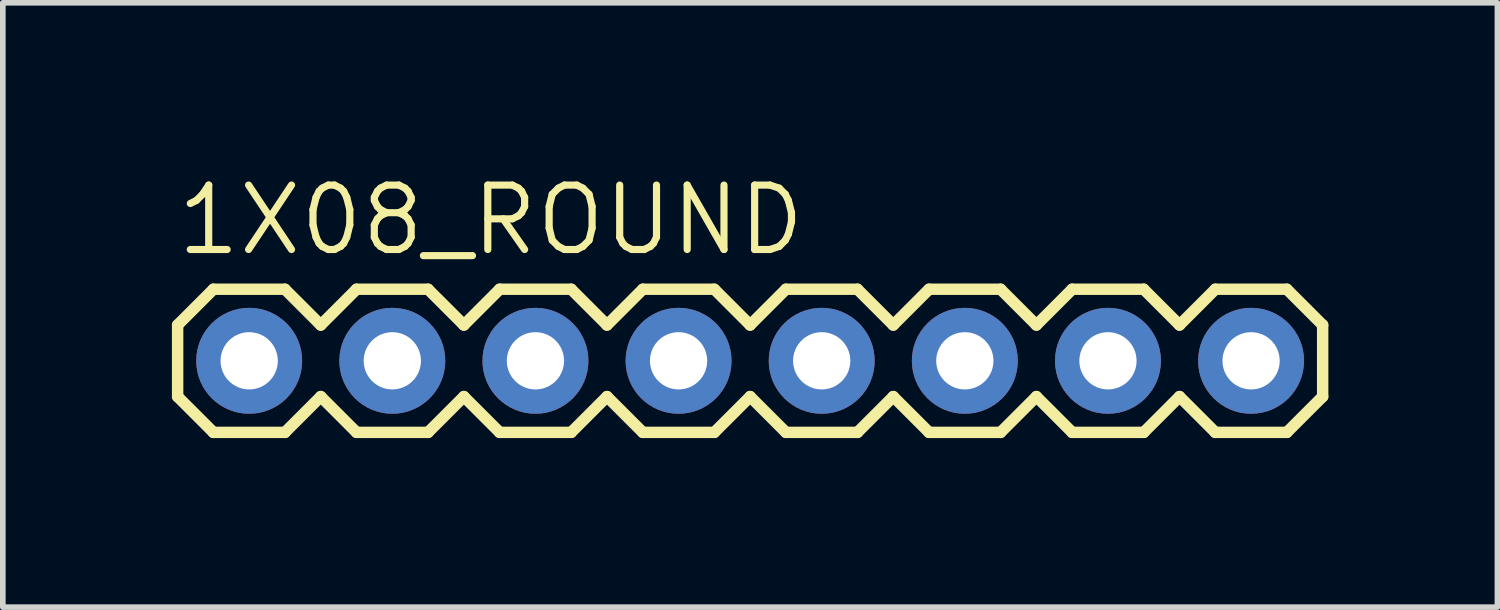
<source format=kicad_pcb>
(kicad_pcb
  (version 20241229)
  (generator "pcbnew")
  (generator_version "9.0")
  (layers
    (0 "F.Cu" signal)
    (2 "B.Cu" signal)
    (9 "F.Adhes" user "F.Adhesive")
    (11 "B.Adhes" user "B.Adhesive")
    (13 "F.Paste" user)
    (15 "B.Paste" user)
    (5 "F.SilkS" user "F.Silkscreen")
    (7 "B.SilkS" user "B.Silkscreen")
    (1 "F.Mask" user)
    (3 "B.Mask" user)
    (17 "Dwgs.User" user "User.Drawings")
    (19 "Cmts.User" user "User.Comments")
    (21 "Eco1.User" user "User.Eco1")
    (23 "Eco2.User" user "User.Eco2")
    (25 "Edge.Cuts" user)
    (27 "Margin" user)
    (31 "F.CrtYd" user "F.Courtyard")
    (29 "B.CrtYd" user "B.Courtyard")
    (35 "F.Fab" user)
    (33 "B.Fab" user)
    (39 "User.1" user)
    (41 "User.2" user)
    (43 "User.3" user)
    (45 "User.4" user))
  (footprint "1X08_ROUND"
    (layer "F.Cu")
    (at 1.372 3.353)
    (property "Reference" "1X08_ROUND" (at -1.346 -1.829 0) (unlocked yes) (layer "F.SilkS") (effects (font (size 1.143 1.143) (thickness 0.127)) (justify left bottom)))
    (fp_line (start -1.27 -0.635) (end -1.27 0.635) (stroke (width 0.203) (type solid)) (layer "F.SilkS"))
    (fp_line (start -1.27 0.635) (end -0.635 1.27) (stroke (width 0.203) (type solid)) (layer "F.SilkS"))
    (fp_line (start -0.635 -1.27) (end -1.27 -0.635) (stroke (width 0.203) (type solid)) (layer "F.SilkS"))
    (fp_line (start -0.635 -1.27) (end 0.635 -1.27) (stroke (width 0.203) (type solid)) (layer "F.SilkS"))
    (fp_line (start 0.635 -1.27) (end 1.27 -0.635) (stroke (width 0.203) (type solid)) (layer "F.SilkS"))
    (fp_line (start 0.635 1.27) (end -0.635 1.27) (stroke (width 0.203) (type solid)) (layer "F.SilkS"))
    (fp_line (start 1.27 -0.635) (end 1.905 -1.27) (stroke (width 0.203) (type solid)) (layer "F.SilkS"))
    (fp_line (start 1.27 0.635) (end 0.635 1.27) (stroke (width 0.203) (type solid)) (layer "F.SilkS"))
    (fp_line (start 1.905 -1.27) (end 3.175 -1.27) (stroke (width 0.203) (type solid)) (layer "F.SilkS"))
    (fp_line (start 1.905 1.27) (end 1.27 0.635) (stroke (width 0.203) (type solid)) (layer "F.SilkS"))
    (fp_line (start 3.175 -1.27) (end 3.81 -0.635) (stroke (width 0.203) (type solid)) (layer "F.SilkS"))
    (fp_line (start 3.175 1.27) (end 1.905 1.27) (stroke (width 0.203) (type solid)) (layer "F.SilkS"))
    (fp_line (start 3.81 -0.635) (end 4.445 -1.27) (stroke (width 0.203) (type solid)) (layer "F.SilkS"))
    (fp_line (start 3.81 0.635) (end 3.175 1.27) (stroke (width 0.203) (type solid)) (layer "F.SilkS"))
    (fp_line (start 4.445 -1.27) (end 5.715 -1.27) (stroke (width 0.203) (type solid)) (layer "F.SilkS"))
    (fp_line (start 4.445 1.27) (end 3.81 0.635) (stroke (width 0.203) (type solid)) (layer "F.SilkS"))
    (fp_line (start 5.715 -1.27) (end 6.35 -0.635) (stroke (width 0.203) (type solid)) (layer "F.SilkS"))
    (fp_line (start 5.715 1.27) (end 4.445 1.27) (stroke (width 0.203) (type solid)) (layer "F.SilkS"))
    (fp_line (start 6.35 0.635) (end 5.715 1.27) (stroke (width 0.203) (type solid)) (layer "F.SilkS"))
    (fp_line (start 6.35 0.635) (end 6.985 1.27) (stroke (width 0.203) (type solid)) (layer "F.SilkS"))
    (fp_line (start 6.985 -1.27) (end 6.35 -0.635) (stroke (width 0.203) (type solid)) (layer "F.SilkS"))
    (fp_line (start 6.985 -1.27) (end 8.255 -1.27) (stroke (width 0.203) (type solid)) (layer "F.SilkS"))
    (fp_line (start 8.255 -1.27) (end 8.89 -0.635) (stroke (width 0.203) (type solid)) (layer "F.SilkS"))
    (fp_line (start 8.255 1.27) (end 6.985 1.27) (stroke (width 0.203) (type solid)) (layer "F.SilkS"))
    (fp_line (start 8.89 -0.635) (end 9.525 -1.27) (stroke (width 0.203) (type solid)) (layer "F.SilkS"))
    (fp_line (start 8.89 0.635) (end 8.255 1.27) (stroke (width 0.203) (type solid)) (layer "F.SilkS"))
    (fp_line (start 9.525 -1.27) (end 10.795 -1.27) (stroke (width 0.203) (type solid)) (layer "F.SilkS"))
    (fp_line (start 9.525 1.27) (end 8.89 0.635) (stroke (width 0.203) (type solid)) (layer "F.SilkS"))
    (fp_line (start 10.795 -1.27) (end 11.43 -0.635) (stroke (width 0.203) (type solid)) (layer "F.SilkS"))
    (fp_line (start 10.795 1.27) (end 9.525 1.27) (stroke (width 0.203) (type solid)) (layer "F.SilkS"))
    (fp_line (start 11.43 -0.635) (end 12.065 -1.27) (stroke (width 0.203) (type solid)) (layer "F.SilkS"))
    (fp_line (start 11.43 0.635) (end 10.795 1.27) (stroke (width 0.203) (type solid)) (layer "F.SilkS"))
    (fp_line (start 12.065 -1.27) (end 13.335 -1.27) (stroke (width 0.203) (type solid)) (layer "F.SilkS"))
    (fp_line (start 12.065 1.27) (end 11.43 0.635) (stroke (width 0.203) (type solid)) (layer "F.SilkS"))
    (fp_line (start 13.335 -1.27) (end 13.97 -0.635) (stroke (width 0.203) (type solid)) (layer "F.SilkS"))
    (fp_line (start 13.335 1.27) (end 12.065 1.27) (stroke (width 0.203) (type solid)) (layer "F.SilkS"))
    (fp_line (start 13.97 0.635) (end 13.335 1.27) (stroke (width 0.203) (type solid)) (layer "F.SilkS"))
    (fp_line (start 13.97 0.635) (end 14.605 1.27) (stroke (width 0.203) (type solid)) (layer "F.SilkS"))
    (fp_line (start 14.605 -1.27) (end 13.97 -0.635) (stroke (width 0.203) (type solid)) (layer "F.SilkS"))
    (fp_line (start 14.605 -1.27) (end 15.875 -1.27) (stroke (width 0.203) (type solid)) (layer "F.SilkS"))
    (fp_line (start 15.875 -1.27) (end 16.51 -0.635) (stroke (width 0.203) (type solid)) (layer "F.SilkS"))
    (fp_line (start 15.875 1.27) (end 14.605 1.27) (stroke (width 0.203) (type solid)) (layer "F.SilkS"))
    (fp_line (start 16.51 0.635) (end 15.875 1.27) (stroke (width 0.203) (type solid)) (layer "F.SilkS"))
    (fp_line (start 16.51 0.635) (end 17.145 1.27) (stroke (width 0.203) (type solid)) (layer "F.SilkS"))
    (fp_line (start 17.145 -1.27) (end 16.51 -0.635) (stroke (width 0.203) (type solid)) (layer "F.SilkS"))
    (fp_line (start 17.145 -1.27) (end 18.415 -1.27) (stroke (width 0.203) (type solid)) (layer "F.SilkS"))
    (fp_line (start 18.415 -1.27) (end 19.05 -0.635) (stroke (width 0.203) (type solid)) (layer "F.SilkS"))
    (fp_line (start 18.415 1.27) (end 17.145 1.27) (stroke (width 0.203) (type solid)) (layer "F.SilkS"))
    (fp_line (start 19.05 -0.635) (end 19.05 0.635) (stroke (width 0.203) (type solid)) (layer "F.SilkS"))
    (fp_line (start 19.05 0.635) (end 18.415 1.27) (stroke (width 0.203) (type solid)) (layer "F.SilkS"))
    (fp_poly (pts (xy -0.254 0.254) (xy 0.254 0.254) (xy 0.254 -0.254) (xy -0.254 -0.254)) (stroke (width 0.1) (type default)) (fill no) (layer "F.Fab"))
    (fp_poly (pts (xy 2.286 0.254) (xy 2.794 0.254) (xy 2.794 -0.254) (xy 2.286 -0.254)) (stroke (width 0.1) (type default)) (fill no) (layer "F.Fab"))
    (fp_poly (pts (xy 4.826 0.254) (xy 5.334 0.254) (xy 5.334 -0.254) (xy 4.826 -0.254)) (stroke (width 0.1) (type default)) (fill no) (layer "F.Fab"))
    (fp_poly (pts (xy 7.366 0.254) (xy 7.874 0.254) (xy 7.874 -0.254) (xy 7.366 -0.254)) (stroke (width 0.1) (type default)) (fill no) (layer "F.Fab"))
    (fp_poly (pts (xy 9.906 0.254) (xy 10.414 0.254) (xy 10.414 -0.254) (xy 9.906 -0.254)) (stroke (width 0.1) (type default)) (fill no) (layer "F.Fab"))
    (fp_poly (pts (xy 12.446 0.254) (xy 12.954 0.254) (xy 12.954 -0.254) (xy 12.446 -0.254)) (stroke (width 0.1) (type default)) (fill no) (layer "F.Fab"))
    (fp_poly (pts (xy 14.986 0.254) (xy 15.494 0.254) (xy 15.494 -0.254) (xy 14.986 -0.254)) (stroke (width 0.1) (type default)) (fill no) (layer "F.Fab"))
    (fp_poly (pts (xy 17.526 0.254) (xy 18.034 0.254) (xy 18.034 -0.254) (xy 17.526 -0.254)) (stroke (width 0.1) (type default)) (fill no) (layer "F.Fab"))
    (pad "1" thru_hole circle (at 0 0 90) (size 1.88 1.88) (drill 1.016) (layers "*.Cu" "*.Mask"))
    (pad "2" thru_hole circle (at 2.54 0 90) (size 1.88 1.88) (drill 1.016) (layers "*.Cu" "*.Mask"))
    (pad "3" thru_hole circle (at 5.08 0 90) (size 1.88 1.88) (drill 1.016) (layers "*.Cu" "*.Mask"))
    (pad "4" thru_hole circle (at 7.62 0 90) (size 1.88 1.88) (drill 1.016) (layers "*.Cu" "*.Mask"))
    (pad "5" thru_hole circle (at 10.16 0 90) (size 1.88 1.88) (drill 1.016) (layers "*.Cu" "*.Mask"))
    (pad "6" thru_hole circle (at 12.7 0 90) (size 1.88 1.88) (drill 1.016) (layers "*.Cu" "*.Mask"))
    (pad "7" thru_hole circle (at 15.24 0 90) (size 1.88 1.88) (drill 1.016) (layers "*.Cu" "*.Mask"))
    (pad "8" thru_hole circle (at 17.78 0 90) (size 1.88 1.88) (drill 1.016) (layers "*.Cu" "*.Mask")))
  (gr_rect
    (start -3 -3)
    (end 23.523 7.724)
    (stroke (width 0.1) (type default))
    (fill no)
    (layer "Edge.Cuts")))
</source>
